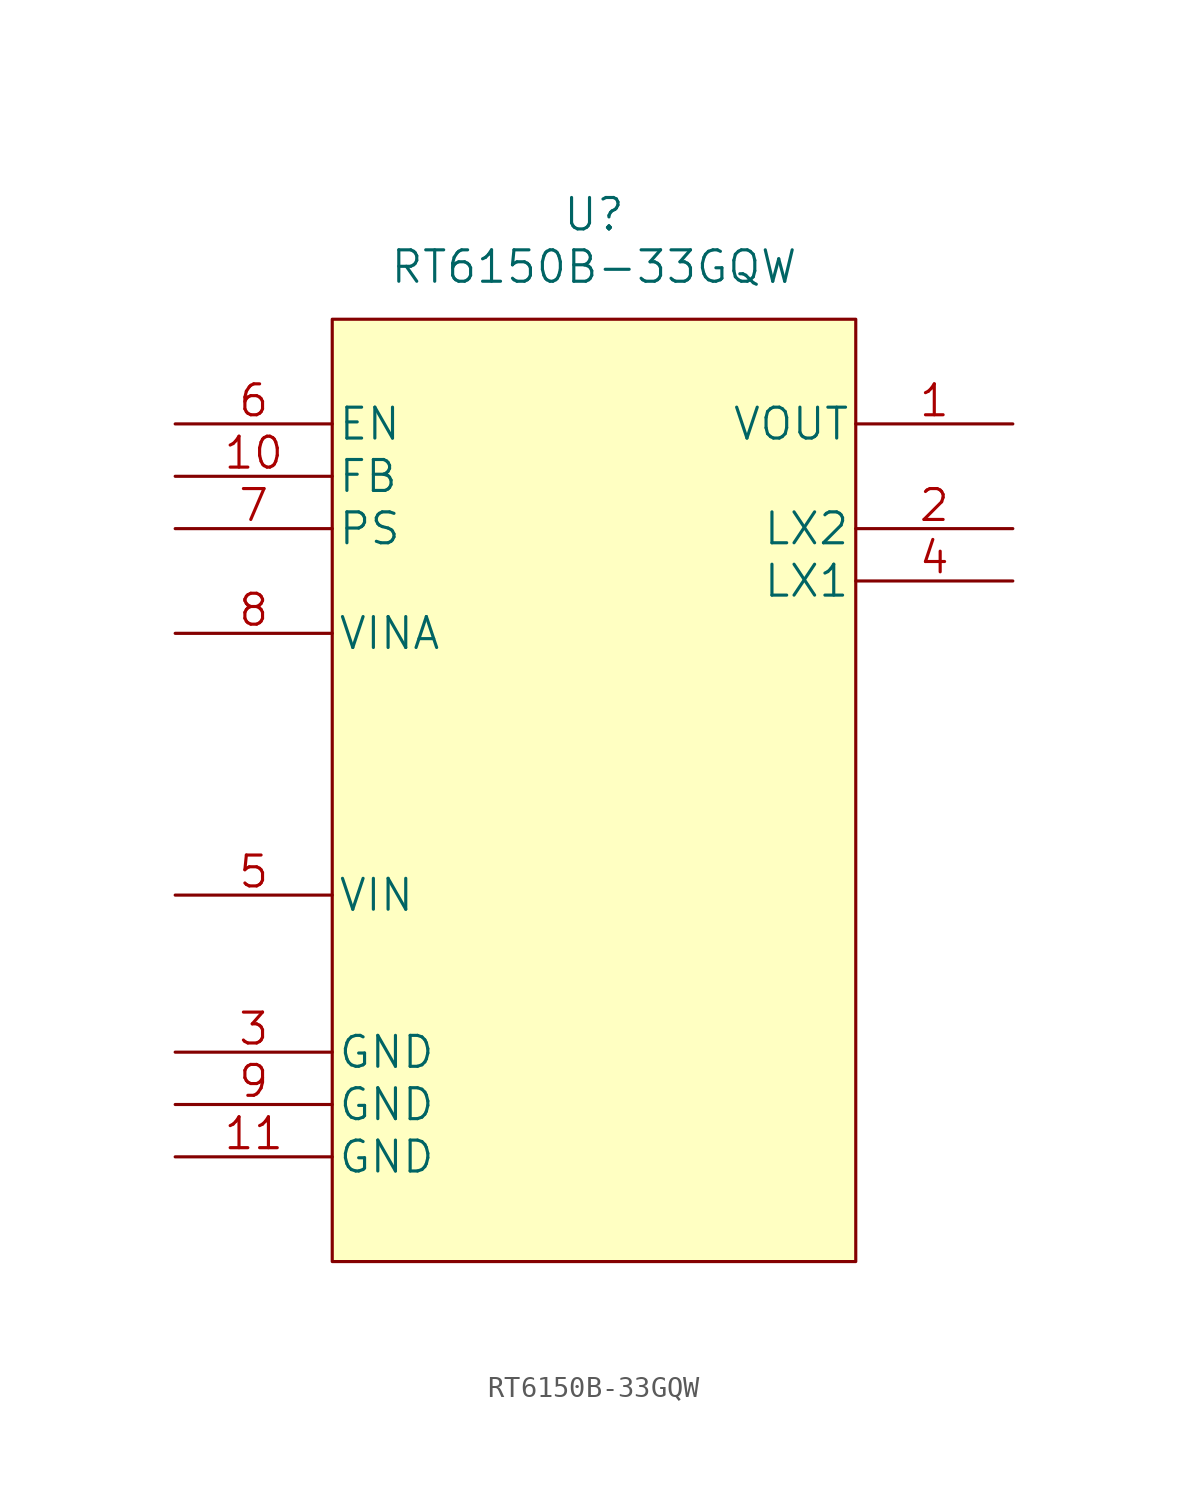
<source format=kicad_sym>
(kicad_symbol_lib
  (version 20220914)
  (generator kicad_symbol_editor)
  (symbol "RT6150B-33GQW"
    (pin_names
      (offset 0.254))
    (property "Reference" "U"
      (at 20.32 10.16 0)
      (effects (font (size 1.524 1.524))))
    (property "Value" "RT6150B-33GQW"
      (at 20.32 7.62 0)
      (effects (font (size 1.524 1.524))))
    (property "Datasheet" ""
      (at 0 0 0)
      (effects (font (size 1.524 1.524))))
    (property "ki_locked" ""
      (at 0 0 0)
      (effects (font (size 1.27 1.27))))
    (symbol "RT6150B-33GQW_1_1"
      (rectangle (start 7.62 5.08) (end 33.02 -40.64) (stroke (width 0) (type default)) (fill (type background)))
      (pin output line (at 40.64 0 180) (length 7.62) (name "VOUT" (effects (font (size 1.499 1.499)))) (number "1" (effects (font (size 1.499 1.499)))))
      (pin input line (at 0 -2.54 0) (length 7.62) (name "FB" (effects (font (size 1.499 1.499)))) (number "10" (effects (font (size 1.499 1.499)))))
      (pin power_in line (at 0 -35.56 0) (length 7.62) (name "GND" (effects (font (size 1.499 1.499)))) (number "11" (effects (font (size 1.499 1.499)))))
      (pin unspecified line (at 40.64 -5.08 180) (length 7.62) (name "LX2" (effects (font (size 1.499 1.499)))) (number "2" (effects (font (size 1.499 1.499)))))
      (pin power_in line (at 0 -30.48 0) (length 7.62) (name "GND" (effects (font (size 1.499 1.499)))) (number "3" (effects (font (size 1.499 1.499)))))
      (pin unspecified line (at 40.64 -7.62 180) (length 7.62) (name "LX1" (effects (font (size 1.499 1.499)))) (number "4" (effects (font (size 1.499 1.499)))))
      (pin power_in line (at 0 -22.86 0) (length 7.62) (name "VIN" (effects (font (size 1.499 1.499)))) (number "5" (effects (font (size 1.499 1.499)))))
      (pin input line (at 0 0 0) (length 7.62) (name "EN" (effects (font (size 1.499 1.499)))) (number "6" (effects (font (size 1.499 1.499)))))
      (pin input line (at 0 -5.08 0) (length 7.62) (name "PS" (effects (font (size 1.499 1.499)))) (number "7" (effects (font (size 1.499 1.499)))))
      (pin input line (at 0 -10.16 0) (length 7.62) (name "VINA" (effects (font (size 1.499 1.499)))) (number "8" (effects (font (size 1.499 1.499)))))
      (pin power_in line (at 0 -33.02 0) (length 7.62) (name "GND" (effects (font (size 1.499 1.499)))) (number "9" (effects (font (size 1.499 1.499))))))))
</source>
